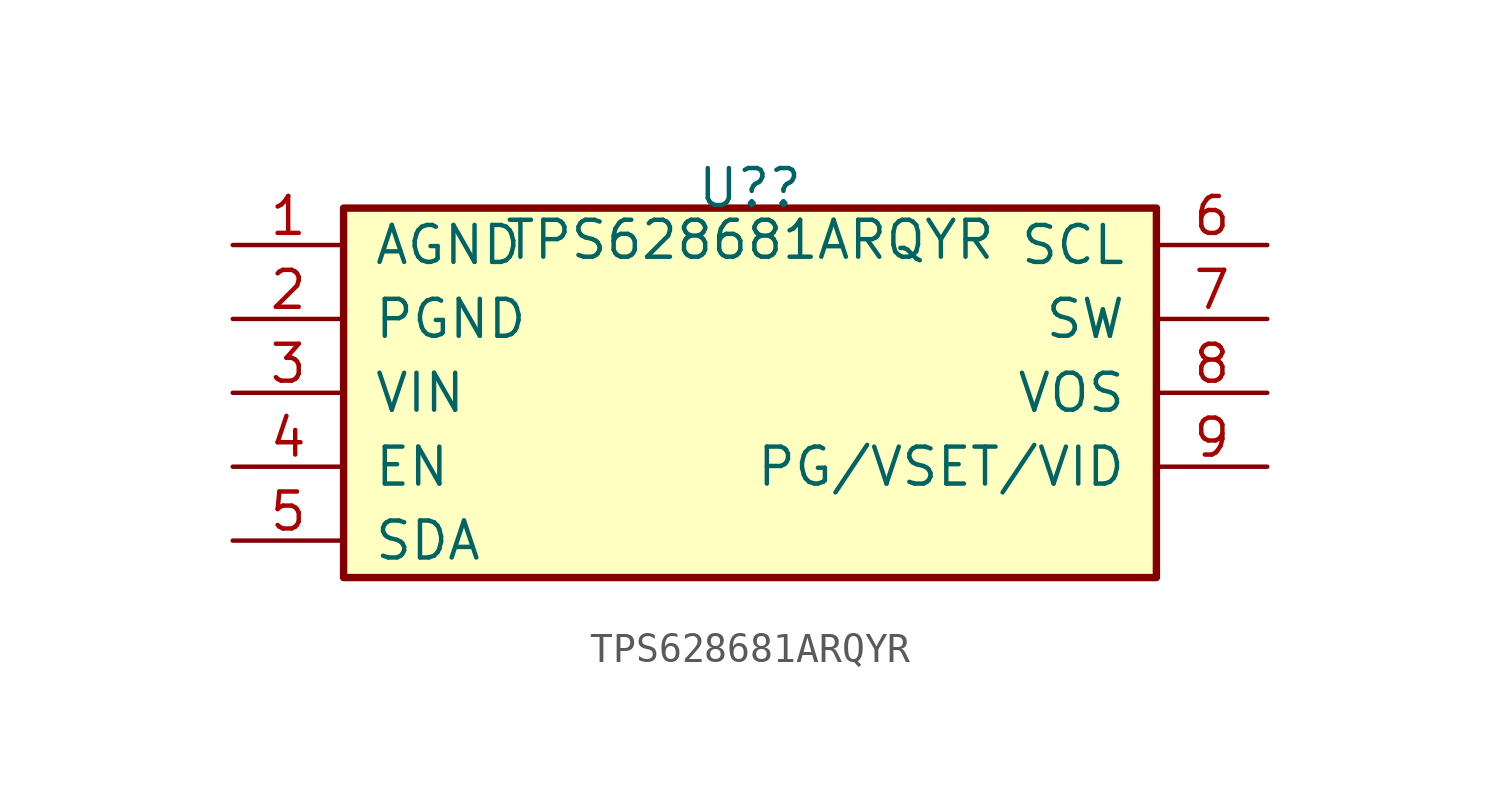
<source format=kicad_sym>
(kicad_symbol_lib
  (version 20241209)
  (generator "kicad_symbol_editor")
  (generator_version "9.0")
  (symbol "TPS628681ARQYR"
    (pin_names
      (offset 1.014))
    (property "Reference" "U?"
      (at 0 7.036 0)
      (effects (font (size 1.27 1.27))))
    (property "Value" "TPS628681ARQYR"
      (at 0 5.258 0)
      (effects (font (size 1.27 1.27))))
    (symbol "TPS628681ARQYR_1_1"
      (rectangle (start -13.97 -6.35) (end 13.97 6.35) (stroke (width 0.254) (type default)) (fill (type background)))
      (pin passive line (at -17.78 5.08 0) (length 3.81) (name "AGND" (effects (font (size 1.27 1.27)))) (number "1" (effects (font (size 1.27 1.27)))))
      (pin passive line (at -17.78 2.54 0) (length 3.81) (name "PGND" (effects (font (size 1.27 1.27)))) (number "2" (effects (font (size 1.27 1.27)))))
      (pin passive line (at -17.78 0 0) (length 3.81) (name "VIN" (effects (font (size 1.27 1.27)))) (number "3" (effects (font (size 1.27 1.27)))))
      (pin passive line (at -17.78 -2.54 0) (length 3.81) (name "EN" (effects (font (size 1.27 1.27)))) (number "4" (effects (font (size 1.27 1.27)))))
      (pin passive line (at -17.78 -5.08 0) (length 3.81) (name "SDA" (effects (font (size 1.27 1.27)))) (number "5" (effects (font (size 1.27 1.27)))))
      (pin passive line (at 17.78 5.08 180) (length 3.81) (name "SCL" (effects (font (size 1.27 1.27)))) (number "6" (effects (font (size 1.27 1.27)))))
      (pin passive line (at 17.78 2.54 180) (length 3.81) (name "SW" (effects (font (size 1.27 1.27)))) (number "7" (effects (font (size 1.27 1.27)))))
      (pin passive line (at 17.78 0 180) (length 3.81) (name "VOS" (effects (font (size 1.27 1.27)))) (number "8" (effects (font (size 1.27 1.27)))))
      (pin passive line (at 17.78 -2.54 180) (length 3.81) (name "PG/VSET/VID" (effects (font (size 1.27 1.27)))) (number "9" (effects (font (size 1.27 1.27))))))))
</source>
